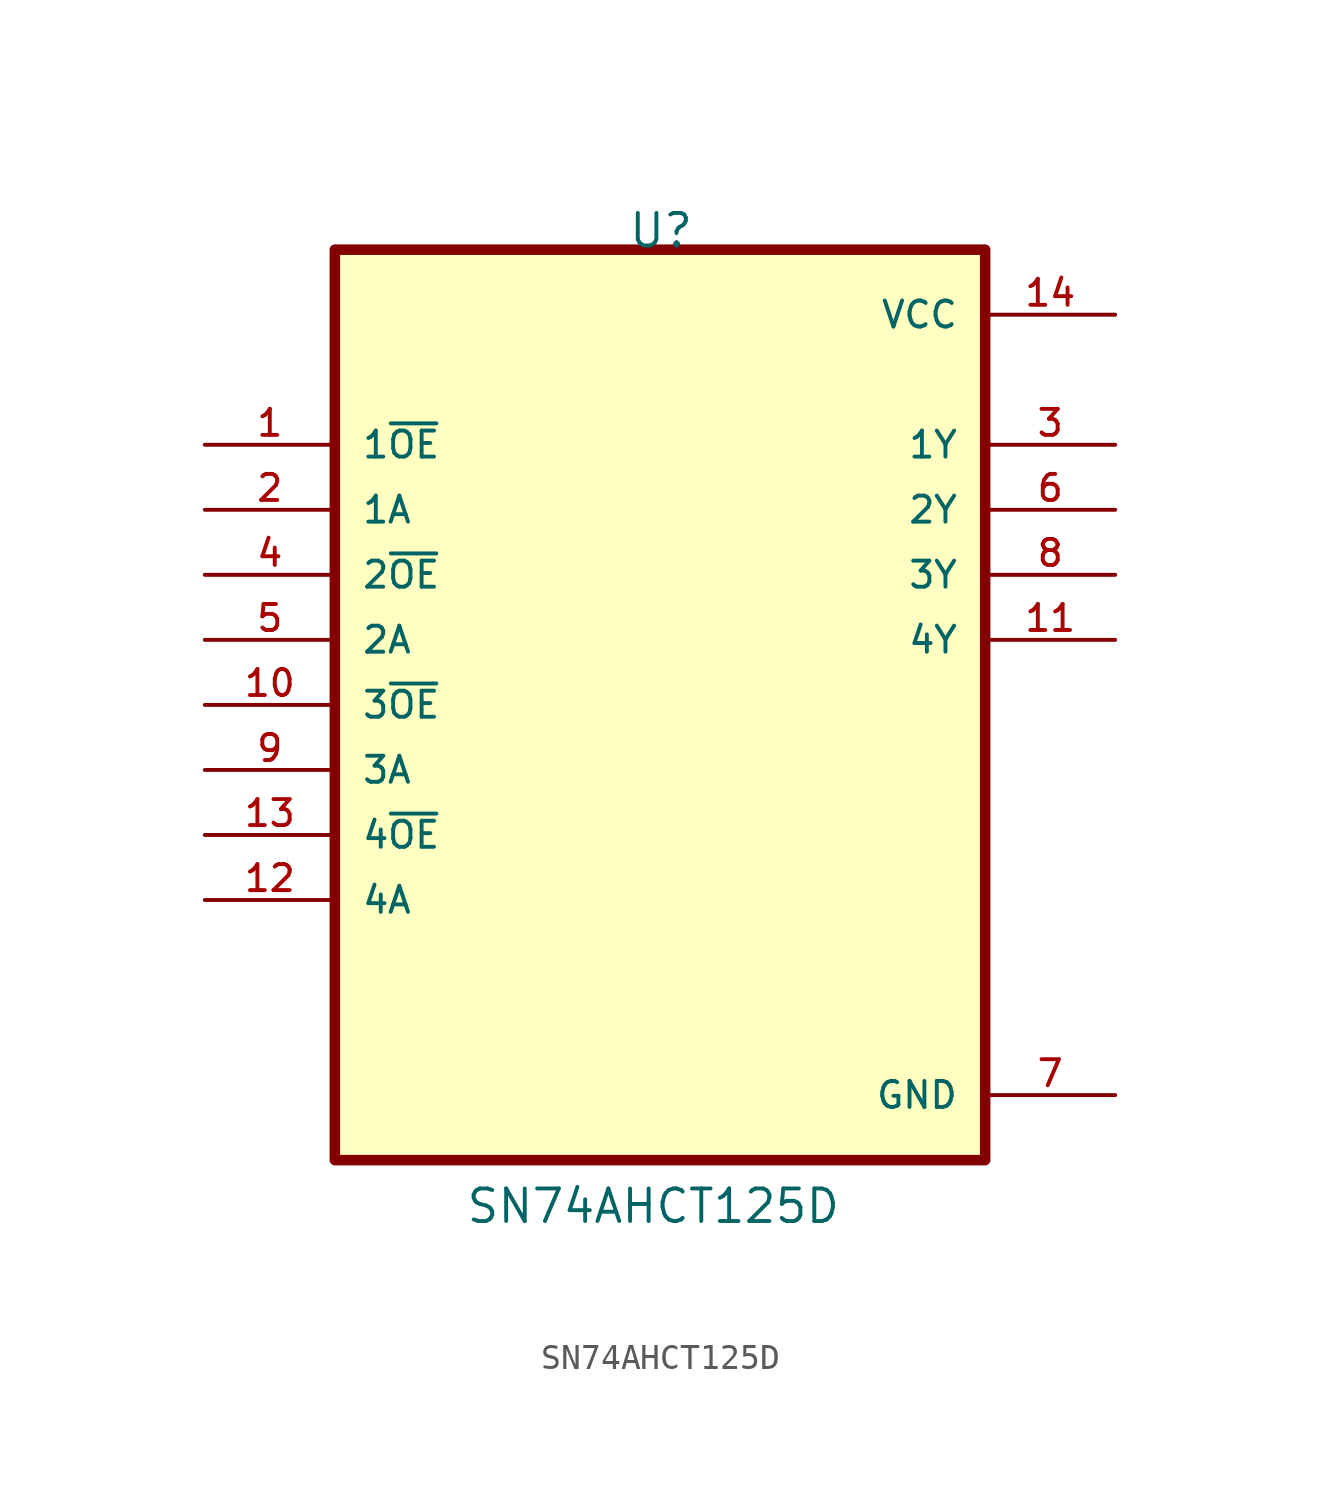
<source format=kicad_sym>
(kicad_symbol_lib
  (version 20211014)
  (generator kicad_symbol_editor)
  (symbol "SN74AHCT125D"
    (pin_names
      (offset 1.016))
    (property "Reference" "U"
      (at -1.27 17.78 0)
      (effects (font (size 1.27 1.27)) (justify left bottom)))
    (property "Value" "SN74AHCT125D"
      (at -7.62 -20.32 0)
      (effects (font (size 1.27 1.27)) (justify left bottom)))
    (symbol "SN74AHCT125D_0_0"
      (rectangle (start -12.7 -17.78) (end 12.7 17.78) (stroke (width 0.41) (type default) (color 0 0 0 0)) (fill (type background)))
      (pin input line (at -17.78 10.16 0) (length 5.08) (name "1~{OE}" (effects (font (size 1.016 1.016)))) (number "1" (effects (font (size 1.016 1.016)))))
      (pin input line (at -17.78 0 0) (length 5.08) (name "3~{OE}" (effects (font (size 1.016 1.016)))) (number "10" (effects (font (size 1.016 1.016)))))
      (pin output line (at 17.78 2.54 180) (length 5.08) (name "4Y" (effects (font (size 1.016 1.016)))) (number "11" (effects (font (size 1.016 1.016)))))
      (pin input line (at -17.78 -7.62 0) (length 5.08) (name "4A" (effects (font (size 1.016 1.016)))) (number "12" (effects (font (size 1.016 1.016)))))
      (pin input line (at -17.78 -5.08 0) (length 5.08) (name "4~{OE}" (effects (font (size 1.016 1.016)))) (number "13" (effects (font (size 1.016 1.016)))))
      (pin power_in line (at 17.78 15.24 180) (length 5.08) (name "VCC" (effects (font (size 1.016 1.016)))) (number "14" (effects (font (size 1.016 1.016)))))
      (pin input line (at -17.78 7.62 0) (length 5.08) (name "1A" (effects (font (size 1.016 1.016)))) (number "2" (effects (font (size 1.016 1.016)))))
      (pin output line (at 17.78 10.16 180) (length 5.08) (name "1Y" (effects (font (size 1.016 1.016)))) (number "3" (effects (font (size 1.016 1.016)))))
      (pin input line (at -17.78 5.08 0) (length 5.08) (name "2~{OE}" (effects (font (size 1.016 1.016)))) (number "4" (effects (font (size 1.016 1.016)))))
      (pin input line (at -17.78 2.54 0) (length 5.08) (name "2A" (effects (font (size 1.016 1.016)))) (number "5" (effects (font (size 1.016 1.016)))))
      (pin output line (at 17.78 7.62 180) (length 5.08) (name "2Y" (effects (font (size 1.016 1.016)))) (number "6" (effects (font (size 1.016 1.016)))))
      (pin power_in line (at 17.78 -15.24 180) (length 5.08) (name "GND" (effects (font (size 1.016 1.016)))) (number "7" (effects (font (size 1.016 1.016)))))
      (pin output line (at 17.78 5.08 180) (length 5.08) (name "3Y" (effects (font (size 1.016 1.016)))) (number "8" (effects (font (size 1.016 1.016)))))
      (pin input line (at -17.78 -2.54 0) (length 5.08) (name "3A" (effects (font (size 1.016 1.016)))) (number "9" (effects (font (size 1.016 1.016))))))))
</source>
